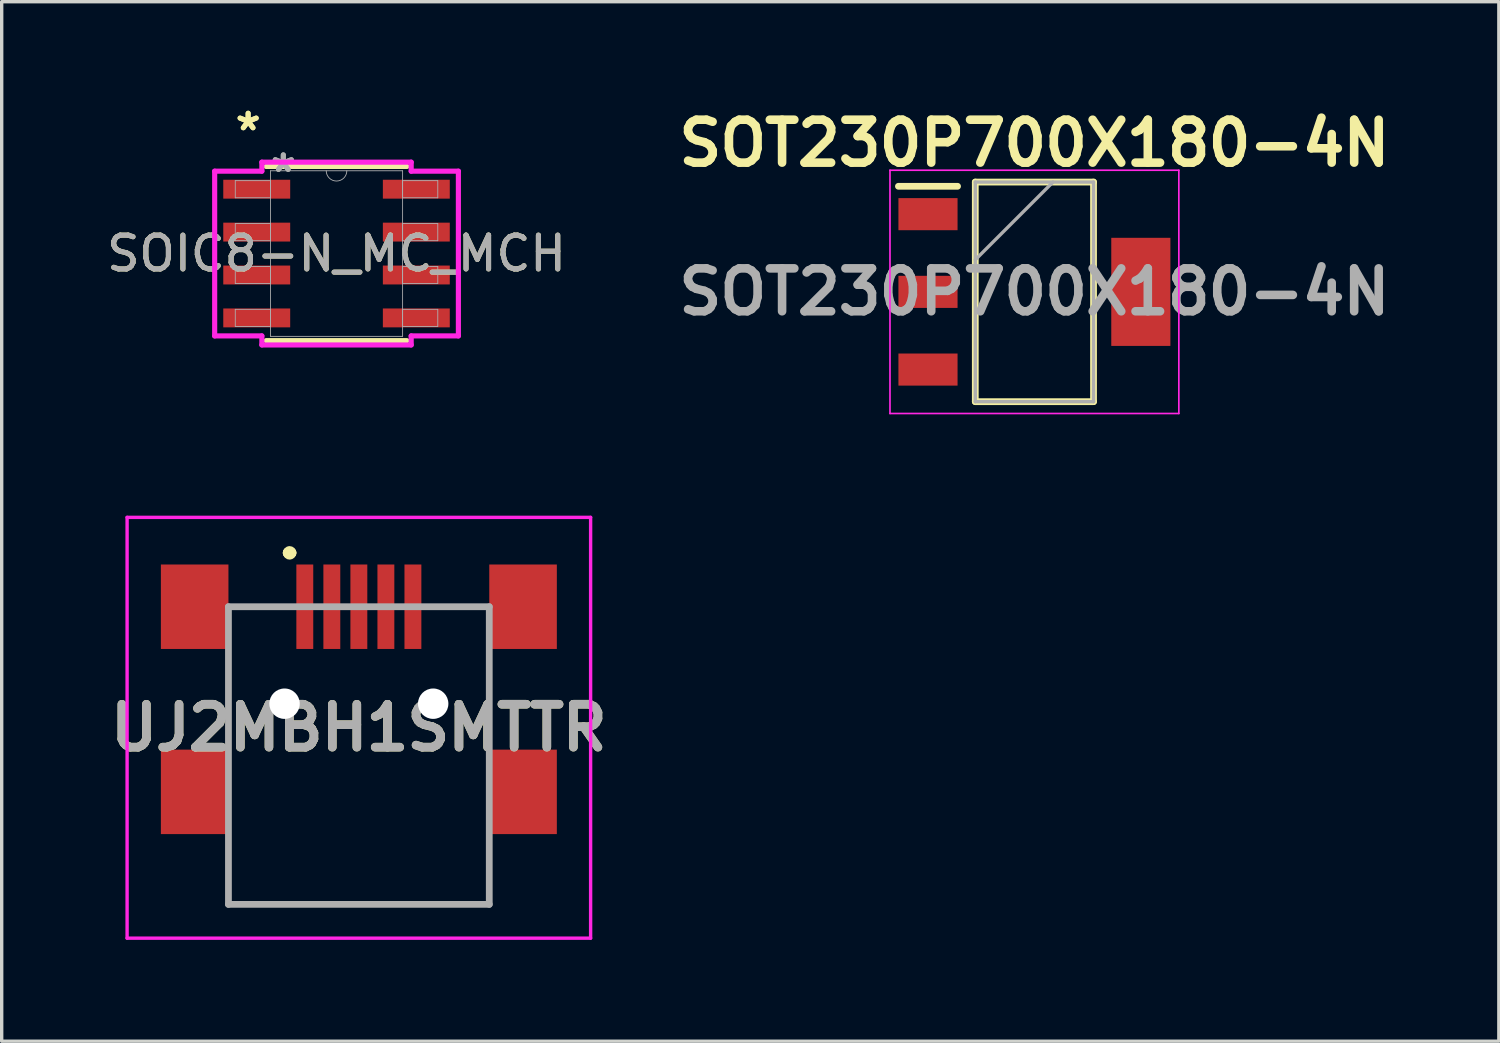
<source format=kicad_pcb>
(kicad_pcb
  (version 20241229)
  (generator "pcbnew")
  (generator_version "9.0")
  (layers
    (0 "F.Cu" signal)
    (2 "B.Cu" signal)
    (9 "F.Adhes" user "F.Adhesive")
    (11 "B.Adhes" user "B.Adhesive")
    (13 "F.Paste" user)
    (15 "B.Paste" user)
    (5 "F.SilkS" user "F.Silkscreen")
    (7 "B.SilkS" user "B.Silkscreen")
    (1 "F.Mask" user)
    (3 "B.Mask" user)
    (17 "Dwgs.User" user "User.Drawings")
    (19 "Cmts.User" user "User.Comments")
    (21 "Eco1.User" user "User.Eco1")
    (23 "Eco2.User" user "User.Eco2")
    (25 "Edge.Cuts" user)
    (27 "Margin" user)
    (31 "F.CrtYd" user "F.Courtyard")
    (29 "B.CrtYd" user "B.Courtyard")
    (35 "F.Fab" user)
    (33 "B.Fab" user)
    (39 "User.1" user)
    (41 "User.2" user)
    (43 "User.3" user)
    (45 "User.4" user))
  (footprint "SOIC8-N_MC_MCH"
    (layer "F.Cu")
    (at 6.911 4.455)
    (property "Reference" "SOIC8-N_MC_MCH" (at 0 0 0) (unlocked yes) (layer "F.SilkS") (effects (font (size 1 1) (thickness 0.15))))
    (attr smd)
    (fp_line (start -2.083 2.578) (end 2.083 2.578) (stroke (width 0.152) (type solid)) (layer "F.SilkS"))
    (fp_line (start 2.083 -2.578) (end -2.083 -2.578) (stroke (width 0.152) (type solid)) (layer "F.SilkS"))
    (fp_line (start -3.607 -2.438) (end -2.21 -2.438) (stroke (width 0.152) (type solid)) (layer "F.CrtYd"))
    (fp_line (start -3.607 2.438) (end -3.607 -2.438) (stroke (width 0.152) (type solid)) (layer "F.CrtYd"))
    (fp_line (start -3.607 2.438) (end -2.21 2.438) (stroke (width 0.152) (type solid)) (layer "F.CrtYd"))
    (fp_line (start -2.21 -2.705) (end 2.21 -2.705) (stroke (width 0.152) (type solid)) (layer "F.CrtYd"))
    (fp_line (start -2.21 -2.438) (end -2.21 -2.705) (stroke (width 0.152) (type solid)) (layer "F.CrtYd"))
    (fp_line (start -2.21 2.705) (end -2.21 2.438) (stroke (width 0.152) (type solid)) (layer "F.CrtYd"))
    (fp_line (start 2.21 -2.705) (end 2.21 -2.438) (stroke (width 0.152) (type solid)) (layer "F.CrtYd"))
    (fp_line (start 2.21 2.438) (end 2.21 2.705) (stroke (width 0.152) (type solid)) (layer "F.CrtYd"))
    (fp_line (start 2.21 2.705) (end -2.21 2.705) (stroke (width 0.152) (type solid)) (layer "F.CrtYd"))
    (fp_line (start 3.607 -2.438) (end 2.21 -2.438) (stroke (width 0.152) (type solid)) (layer "F.CrtYd"))
    (fp_line (start 3.607 -2.438) (end 3.607 2.438) (stroke (width 0.152) (type solid)) (layer "F.CrtYd"))
    (fp_line (start 3.607 2.438) (end 2.21 2.438) (stroke (width 0.152) (type solid)) (layer "F.CrtYd"))
    (fp_line (start -2.997 -2.159) (end -2.997 -1.651) (stroke (width 0.025) (type solid)) (layer "F.Fab"))
    (fp_line (start -2.997 -1.651) (end -1.956 -1.651) (stroke (width 0.025) (type solid)) (layer "F.Fab"))
    (fp_line (start -2.997 -0.889) (end -2.997 -0.381) (stroke (width 0.025) (type solid)) (layer "F.Fab"))
    (fp_line (start -2.997 -0.381) (end -1.956 -0.381) (stroke (width 0.025) (type solid)) (layer "F.Fab"))
    (fp_line (start -2.997 0.381) (end -2.997 0.889) (stroke (width 0.025) (type solid)) (layer "F.Fab"))
    (fp_line (start -2.997 0.889) (end -1.956 0.889) (stroke (width 0.025) (type solid)) (layer "F.Fab"))
    (fp_line (start -2.997 1.651) (end -2.997 2.159) (stroke (width 0.025) (type solid)) (layer "F.Fab"))
    (fp_line (start -2.997 2.159) (end -1.956 2.159) (stroke (width 0.025) (type solid)) (layer "F.Fab"))
    (fp_line (start -1.956 -2.451) (end -1.956 2.451) (stroke (width 0.025) (type solid)) (layer "F.Fab"))
    (fp_line (start -1.956 -2.159) (end -2.997 -2.159) (stroke (width 0.025) (type solid)) (layer "F.Fab"))
    (fp_line (start -1.956 -1.651) (end -1.956 -2.159) (stroke (width 0.025) (type solid)) (layer "F.Fab"))
    (fp_line (start -1.956 -0.889) (end -2.997 -0.889) (stroke (width 0.025) (type solid)) (layer "F.Fab"))
    (fp_line (start -1.956 -0.381) (end -1.956 -0.889) (stroke (width 0.025) (type solid)) (layer "F.Fab"))
    (fp_line (start -1.956 0.381) (end -2.997 0.381) (stroke (width 0.025) (type solid)) (layer "F.Fab"))
    (fp_line (start -1.956 0.889) (end -1.956 0.381) (stroke (width 0.025) (type solid)) (layer "F.Fab"))
    (fp_line (start -1.956 1.651) (end -2.997 1.651) (stroke (width 0.025) (type solid)) (layer "F.Fab"))
    (fp_line (start -1.956 2.159) (end -1.956 1.651) (stroke (width 0.025) (type solid)) (layer "F.Fab"))
    (fp_line (start -1.956 2.451) (end 1.956 2.451) (stroke (width 0.025) (type solid)) (layer "F.Fab"))
    (fp_line (start 1.956 -2.451) (end -1.956 -2.451) (stroke (width 0.025) (type solid)) (layer "F.Fab"))
    (fp_line (start 1.956 -2.159) (end 1.956 -1.651) (stroke (width 0.025) (type solid)) (layer "F.Fab"))
    (fp_line (start 1.956 -1.651) (end 2.997 -1.651) (stroke (width 0.025) (type solid)) (layer "F.Fab"))
    (fp_line (start 1.956 -0.889) (end 1.956 -0.381) (stroke (width 0.025) (type solid)) (layer "F.Fab"))
    (fp_line (start 1.956 -0.381) (end 2.997 -0.381) (stroke (width 0.025) (type solid)) (layer "F.Fab"))
    (fp_line (start 1.956 0.381) (end 1.956 0.889) (stroke (width 0.025) (type solid)) (layer "F.Fab"))
    (fp_line (start 1.956 0.889) (end 2.997 0.889) (stroke (width 0.025) (type solid)) (layer "F.Fab"))
    (fp_line (start 1.956 1.651) (end 1.956 2.159) (stroke (width 0.025) (type solid)) (layer "F.Fab"))
    (fp_line (start 1.956 2.159) (end 2.997 2.159) (stroke (width 0.025) (type solid)) (layer "F.Fab"))
    (fp_line (start 1.956 2.451) (end 1.956 -2.451) (stroke (width 0.025) (type solid)) (layer "F.Fab"))
    (fp_line (start 2.997 -2.159) (end 1.956 -2.159) (stroke (width 0.025) (type solid)) (layer "F.Fab"))
    (fp_line (start 2.997 -1.651) (end 2.997 -2.159) (stroke (width 0.025) (type solid)) (layer "F.Fab"))
    (fp_line (start 2.997 -0.889) (end 1.956 -0.889) (stroke (width 0.025) (type solid)) (layer "F.Fab"))
    (fp_line (start 2.997 -0.381) (end 2.997 -0.889) (stroke (width 0.025) (type solid)) (layer "F.Fab"))
    (fp_line (start 2.997 0.381) (end 1.956 0.381) (stroke (width 0.025) (type solid)) (layer "F.Fab"))
    (fp_line (start 2.997 0.889) (end 2.997 0.381) (stroke (width 0.025) (type solid)) (layer "F.Fab"))
    (fp_line (start 2.997 1.651) (end 1.956 1.651) (stroke (width 0.025) (type solid)) (layer "F.Fab"))
    (fp_line (start 2.997 2.159) (end 2.997 1.651) (stroke (width 0.025) (type solid)) (layer "F.Fab"))
    (fp_arc (start 0.3048 -2.4511) (mid 0 -2.1463) (end -0.3048 -2.4511) (stroke (width 0.0254) (type solid)) (layer "F.Fab"))
    (fp_text user "*" (at -2.616 -3.607 0) (layer "F.SilkS") (effects (font (size 1 1) (thickness 0.15))))
    (fp_text user "*" (at -2.616 -3.607 0) (unlocked yes) (layer "F.SilkS") (effects (font (size 1 1) (thickness 0.15))))
    (fp_text user "*" (at -1.575 -2.375 0) (unlocked yes) (layer "F.Fab") (effects (font (size 1 1) (thickness 0.15))))
    (fp_text user "*" (at -1.575 -2.375 0) (layer "F.Fab") (effects (font (size 1 1) (thickness 0.15))))
    (fp_text user "${REFERENCE}" (at 0 0 0) (unlocked yes) (layer "F.Fab") (effects (font (size 1 1) (thickness 0.15))))
    (pad "1" smd rect (at -2.362 -1.905) (size 1.981 0.559) (layers "F.Cu" "F.Mask" "F.Paste"))
    (pad "2" smd rect (at -2.362 -0.635) (size 1.981 0.559) (layers "F.Cu" "F.Mask" "F.Paste"))
    (pad "3" smd rect (at -2.362 0.635) (size 1.981 0.559) (layers "F.Cu" "F.Mask" "F.Paste"))
    (pad "4" smd rect (at -2.362 1.905) (size 1.981 0.559) (layers "F.Cu" "F.Mask" "F.Paste"))
    (pad "5" smd rect (at 2.362 1.905) (size 1.981 0.559) (layers "F.Cu" "F.Mask" "F.Paste"))
    (pad "6" smd rect (at 2.362 0.635) (size 1.981 0.559) (layers "F.Cu" "F.Mask" "F.Paste"))
    (pad "7" smd rect (at 2.362 -0.635) (size 1.981 0.559) (layers "F.Cu" "F.Mask" "F.Paste"))
    (pad "8" smd rect (at 2.362 -1.905) (size 1.981 0.559) (layers "F.Cu" "F.Mask" "F.Paste")))
  (footprint "SOT230P700X180-4N"
    (layer "F.Cu")
    (at 27.568 5.589)
    (property "Reference" "SOT230P700X180-4N" (at 0 -4.4 0) (layer "F.SilkS") (effects (font (size 1.27 1.27) (thickness 0.254))))
    (attr smd)
    (fp_line (start -4.025 -3.125) (end -2.275 -3.125) (stroke (width 0.2) (type solid)) (layer "F.SilkS"))
    (fp_line (start -1.75 -3.25) (end 1.75 -3.25) (stroke (width 0.2) (type solid)) (layer "F.SilkS"))
    (fp_line (start -1.75 3.25) (end -1.75 -3.25) (stroke (width 0.2) (type solid)) (layer "F.SilkS"))
    (fp_line (start 1.75 -3.25) (end 1.75 3.25) (stroke (width 0.2) (type solid)) (layer "F.SilkS"))
    (fp_line (start 1.75 3.25) (end -1.75 3.25) (stroke (width 0.2) (type solid)) (layer "F.SilkS"))
    (fp_line (start -4.275 -3.6) (end 4.275 -3.6) (stroke (width 0.05) (type solid)) (layer "F.CrtYd"))
    (fp_line (start -4.275 3.6) (end -4.275 -3.6) (stroke (width 0.05) (type solid)) (layer "F.CrtYd"))
    (fp_line (start 4.275 -3.6) (end 4.275 3.6) (stroke (width 0.05) (type solid)) (layer "F.CrtYd"))
    (fp_line (start 4.275 3.6) (end -4.275 3.6) (stroke (width 0.05) (type solid)) (layer "F.CrtYd"))
    (fp_line (start -1.75 -3.25) (end 1.75 -3.25) (stroke (width 0.1) (type solid)) (layer "F.Fab"))
    (fp_line (start -1.75 -0.95) (end 0.55 -3.25) (stroke (width 0.1) (type solid)) (layer "F.Fab"))
    (fp_line (start -1.75 3.25) (end -1.75 -3.25) (stroke (width 0.1) (type solid)) (layer "F.Fab"))
    (fp_line (start 1.75 -3.25) (end 1.75 3.25) (stroke (width 0.1) (type solid)) (layer "F.Fab"))
    (fp_line (start 1.75 3.25) (end -1.75 3.25) (stroke (width 0.1) (type solid)) (layer "F.Fab"))
    (fp_text user "${REFERENCE}" (at 0 0 0) (layer "F.Fab") (effects (font (size 1.27 1.27) (thickness 0.254))))
    (pad "1" smd rect (at -3.15 -2.3 90) (size 0.95 1.75) (layers "F.Cu" "F.Mask" "F.Paste"))
    (pad "2" smd rect (at -3.15 0 90) (size 0.95 1.75) (layers "F.Cu" "F.Mask" "F.Paste"))
    (pad "3" smd rect (at -3.15 2.3 90) (size 0.95 1.75) (layers "F.Cu" "F.Mask" "F.Paste"))
    (pad "4" smd rect (at 3.15 0) (size 1.75 3.2) (layers "F.Cu" "F.Mask" "F.Paste")))
  (footprint "UJ2MBH1SMTTR"
    (layer "F.Cu")
    (at 7.572 23.719)
    (property "Reference" "UJ2MBH1SMTTR" (at 0 -5.228 0) (layer "F.SilkS") (effects (font (size 1.27 1.27) (thickness 0.254))))
    (attr through_hole)
    (fp_line (start -2.1 -10.405) (end -2.1 -10.405) (stroke (width 0.3) (type solid)) (layer "F.SilkS"))
    (fp_line (start -2 -10.405) (end -2 -10.405) (stroke (width 0.3) (type solid)) (layer "F.SilkS"))
    (fp_arc (start -2.1 -10.405) (mid -2.05 -10.455) (end -2 -10.405) (stroke (width 0.3) (type solid)) (layer "F.SilkS"))
    (fp_arc (start -2 -10.405) (mid -2.05 -10.355) (end -2.1 -10.405) (stroke (width 0.3) (type solid)) (layer "F.SilkS"))
    (fp_line (start -6.86 -11.455) (end 6.86 -11.455) (stroke (width 0.1) (type solid)) (layer "F.CrtYd"))
    (fp_line (start -6.86 1) (end -6.86 -11.455) (stroke (width 0.1) (type solid)) (layer "F.CrtYd"))
    (fp_line (start 6.86 -11.455) (end 6.86 1) (stroke (width 0.1) (type solid)) (layer "F.CrtYd"))
    (fp_line (start 6.86 1) (end -6.86 1) (stroke (width 0.1) (type solid)) (layer "F.CrtYd"))
    (fp_line (start -3.86 -8.81) (end 3.86 -8.81) (stroke (width 0.2) (type solid)) (layer "F.Fab"))
    (fp_line (start -3.86 0) (end -3.86 -8.81) (stroke (width 0.2) (type solid)) (layer "F.Fab"))
    (fp_line (start 3.86 -8.81) (end 3.86 0) (stroke (width 0.2) (type solid)) (layer "F.Fab"))
    (fp_line (start 3.86 0) (end -3.86 0) (stroke (width 0.2) (type solid)) (layer "F.Fab"))
    (fp_text user "${REFERENCE}" (at 0 -5.228 0) (layer "F.Fab") (effects (font (size 1.27 1.27) (thickness 0.254))))
    (pad "" np_thru_hole circle (at -2.2 -5.94) (size 0.9 0.9) (drill 0.9) (layers "*.Cu" "*.Mask"))
    (pad "" np_thru_hole circle (at 2.2 -5.94) (size 0.9 0.9) (drill 0.9) (layers "*.Cu" "*.Mask"))
    (pad "1" smd rect (at -1.6 -8.81) (size 0.5 2.5) (layers "F.Cu" "F.Mask" "F.Paste"))
    (pad "2" smd rect (at -0.8 -8.81) (size 0.5 2.5) (layers "F.Cu" "F.Mask" "F.Paste"))
    (pad "3" smd rect (at 0 -8.81) (size 0.5 2.5) (layers "F.Cu" "F.Mask" "F.Paste"))
    (pad "4" smd rect (at 0.8 -8.81) (size 0.5 2.5) (layers "F.Cu" "F.Mask" "F.Paste"))
    (pad "5" smd rect (at 1.6 -8.81) (size 0.5 2.5) (layers "F.Cu" "F.Mask" "F.Paste"))
    (pad "MP1" smd rect (at -4.86 -8.81) (size 2 2.5) (layers "F.Cu" "F.Mask" "F.Paste"))
    (pad "MP2" smd rect (at 4.86 -8.81) (size 2 2.5) (layers "F.Cu" "F.Mask" "F.Paste"))
    (pad "MP3" smd rect (at -4.86 -3.33) (size 2 2.5) (layers "F.Cu" "F.Mask" "F.Paste"))
    (pad "MP4" smd rect (at 4.86 -3.33) (size 2 2.5) (layers "F.Cu" "F.Mask" "F.Paste")))
  (gr_rect
    (start -3 -3)
    (end 41.315 27.769)
    (stroke (width 0.1) (type default))
    (fill no)
    (layer "Edge.Cuts")))
</source>
